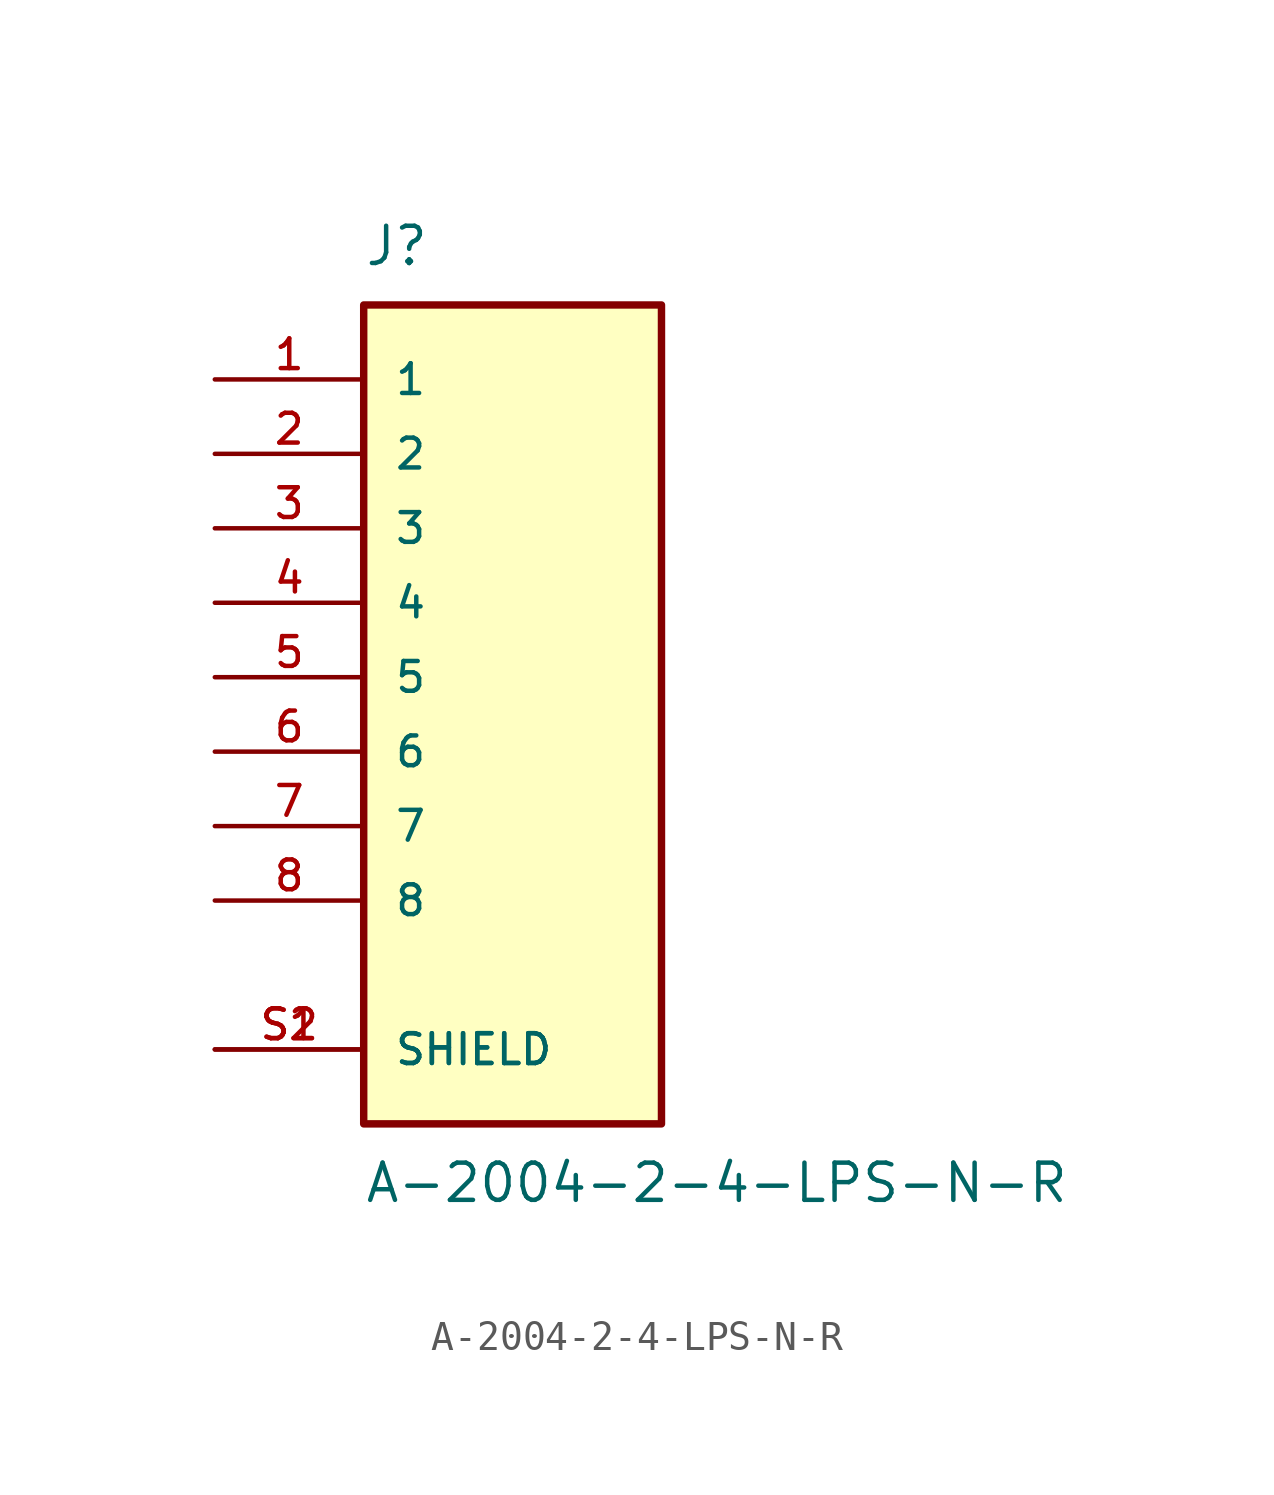
<source format=kicad_sym>
(kicad_symbol_lib
  (version 20211014)
  (generator kicad_symbol_editor)
  (symbol "A-2004-2-4-LPS-N-R"
    (pin_names
      (offset 1.016))
    (property "Reference" "J"
      (at -5.08 13.97 0)
      (effects (font (size 1.27 1.27)) (justify bottom left)))
    (property "Value" "A-2004-2-4-LPS-N-R"
      (at -5.08 -16.51 0)
      (effects (font (size 1.27 1.27)) (justify top left)))
    (symbol "A-2004-2-4-LPS-N-R_0_0"
      (rectangle (start -5.08 -15.24) (end 5.08 12.7) (stroke (width 0.254)) (fill (type background)))
      (pin passive line (at -10.16 10.16 0) (length 5.08) (name "1" (effects (font (size 1.016 1.016)))) (number "1" (effects (font (size 1.016 1.016)))))
      (pin passive line (at -10.16 7.62 0) (length 5.08) (name "2" (effects (font (size 1.016 1.016)))) (number "2" (effects (font (size 1.016 1.016)))))
      (pin passive line (at -10.16 5.08 0) (length 5.08) (name "3" (effects (font (size 1.016 1.016)))) (number "3" (effects (font (size 1.016 1.016)))))
      (pin passive line (at -10.16 2.54 0) (length 5.08) (name "4" (effects (font (size 1.016 1.016)))) (number "4" (effects (font (size 1.016 1.016)))))
      (pin passive line (at -10.16 0.0 0) (length 5.08) (name "5" (effects (font (size 1.016 1.016)))) (number "5" (effects (font (size 1.016 1.016)))))
      (pin passive line (at -10.16 -2.54 0) (length 5.08) (name "6" (effects (font (size 1.016 1.016)))) (number "6" (effects (font (size 1.016 1.016)))))
      (pin passive line (at -10.16 -5.08 0) (length 5.08) (name "7" (effects (font (size 1.016 1.016)))) (number "7" (effects (font (size 1.016 1.016)))))
      (pin passive line (at -10.16 -7.62 0) (length 5.08) (name "8" (effects (font (size 1.016 1.016)))) (number "8" (effects (font (size 1.016 1.016)))))
      (pin passive line (at -10.16 -12.7 0) (length 5.08) (name "SHIELD" (effects (font (size 1.016 1.016)))) (number "S1" (effects (font (size 1.016 1.016)))))
      (pin passive line (at -10.16 -12.7 0) (length 5.08) (name "SHIELD" (effects (font (size 1.016 1.016)))) (number "S2" (effects (font (size 1.016 1.016))))))))
</source>
